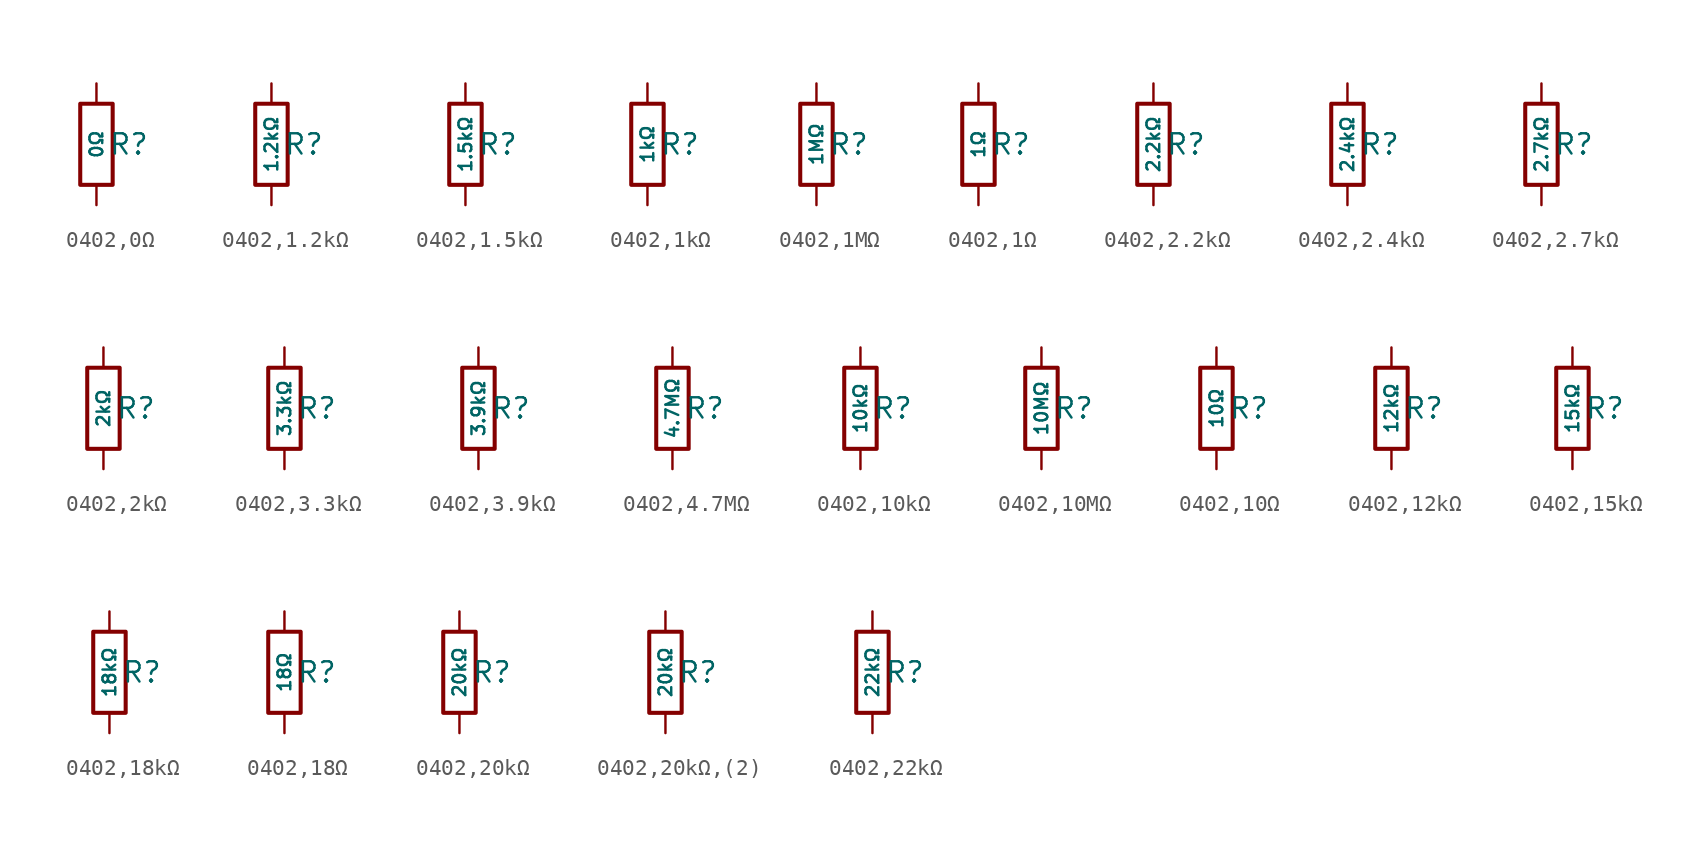
<source format=kicad_sym>
(kicad_symbol_lib
  (version 20231120)
  (generator "CDFER")
  (generator_version "8.0")
  (symbol "0402,0Ω"
    (pin_numbers hide)
    (pin_names
      (offset 0))
    (property "Reference" "R"
      (at 2.032 0 0)
      (effects (font (size 1.27 1.27)) (hide no)))
    (property "Value" "0Ω"
      (at 0 0 90)
      (do_not_autoplace)
      (effects (font (size 0.8 0.8)) (hide no)))
    (symbol "0402,0Ω_0_1"
      (rectangle (start -1.016 2.54) (end 1.016 -2.54) (stroke (width 0.254) (type default)) (fill (type none))))
    (symbol "0402,0Ω_1_1"
      (pin passive line (at 0 3.81 270) (length 1.27) (name "~" (effects (font (size 1.27 1.27)))) (number "1" (effects (font (size 1.27 1.27)))))
      (pin passive line (at 0 -3.81 90) (length 1.27) (name "~" (effects (font (size 1.27 1.27)))) (number "2" (effects (font (size 1.27 1.27)))))))
  (symbol "0402,1.2kΩ"
    (pin_numbers hide)
    (pin_names
      (offset 0))
    (property "Reference" "R"
      (at 2.032 0 0)
      (effects (font (size 1.27 1.27)) (hide no)))
    (property "Value" "1.2kΩ"
      (at 0 0 90)
      (do_not_autoplace)
      (effects (font (size 0.8 0.8)) (hide no)))
    (symbol "0402,1.2kΩ_0_1"
      (rectangle (start -1.016 2.54) (end 1.016 -2.54) (stroke (width 0.254) (type default)) (fill (type none))))
    (symbol "0402,1.2kΩ_1_1"
      (pin passive line (at 0 3.81 270) (length 1.27) (name "~" (effects (font (size 1.27 1.27)))) (number "1" (effects (font (size 1.27 1.27)))))
      (pin passive line (at 0 -3.81 90) (length 1.27) (name "~" (effects (font (size 1.27 1.27)))) (number "2" (effects (font (size 1.27 1.27)))))))
  (symbol "0402,1.5kΩ"
    (pin_numbers hide)
    (pin_names
      (offset 0))
    (property "Reference" "R"
      (at 2.032 0 0)
      (effects (font (size 1.27 1.27)) (hide no)))
    (property "Value" "1.5kΩ"
      (at 0 0 90)
      (do_not_autoplace)
      (effects (font (size 0.8 0.8)) (hide no)))
    (symbol "0402,1.5kΩ_0_1"
      (rectangle (start -1.016 2.54) (end 1.016 -2.54) (stroke (width 0.254) (type default)) (fill (type none))))
    (symbol "0402,1.5kΩ_1_1"
      (pin passive line (at 0 3.81 270) (length 1.27) (name "~" (effects (font (size 1.27 1.27)))) (number "1" (effects (font (size 1.27 1.27)))))
      (pin passive line (at 0 -3.81 90) (length 1.27) (name "~" (effects (font (size 1.27 1.27)))) (number "2" (effects (font (size 1.27 1.27)))))))
  (symbol "0402,1kΩ"
    (pin_numbers hide)
    (pin_names
      (offset 0))
    (property "Reference" "R"
      (at 2.032 0 0)
      (effects (font (size 1.27 1.27)) (hide no)))
    (property "Value" "1kΩ"
      (at 0 0 90)
      (do_not_autoplace)
      (effects (font (size 0.8 0.8)) (hide no)))
    (symbol "0402,1kΩ_0_1"
      (rectangle (start -1.016 2.54) (end 1.016 -2.54) (stroke (width 0.254) (type default)) (fill (type none))))
    (symbol "0402,1kΩ_1_1"
      (pin passive line (at 0 3.81 270) (length 1.27) (name "~" (effects (font (size 1.27 1.27)))) (number "1" (effects (font (size 1.27 1.27)))))
      (pin passive line (at 0 -3.81 90) (length 1.27) (name "~" (effects (font (size 1.27 1.27)))) (number "2" (effects (font (size 1.27 1.27)))))))
  (symbol "0402,1MΩ"
    (pin_numbers hide)
    (pin_names
      (offset 0))
    (property "Reference" "R"
      (at 2.032 0 0)
      (effects (font (size 1.27 1.27)) (hide no)))
    (property "Value" "1MΩ"
      (at 0 0 90)
      (do_not_autoplace)
      (effects (font (size 0.8 0.8)) (hide no)))
    (symbol "0402,1MΩ_0_1"
      (rectangle (start -1.016 2.54) (end 1.016 -2.54) (stroke (width 0.254) (type default)) (fill (type none))))
    (symbol "0402,1MΩ_1_1"
      (pin passive line (at 0 3.81 270) (length 1.27) (name "~" (effects (font (size 1.27 1.27)))) (number "1" (effects (font (size 1.27 1.27)))))
      (pin passive line (at 0 -3.81 90) (length 1.27) (name "~" (effects (font (size 1.27 1.27)))) (number "2" (effects (font (size 1.27 1.27)))))))
  (symbol "0402,1Ω"
    (pin_numbers hide)
    (pin_names
      (offset 0))
    (property "Reference" "R"
      (at 2.032 0 0)
      (effects (font (size 1.27 1.27)) (hide no)))
    (property "Value" "1Ω"
      (at 0 0 90)
      (do_not_autoplace)
      (effects (font (size 0.8 0.8)) (hide no)))
    (symbol "0402,1Ω_0_1"
      (rectangle (start -1.016 2.54) (end 1.016 -2.54) (stroke (width 0.254) (type default)) (fill (type none))))
    (symbol "0402,1Ω_1_1"
      (pin passive line (at 0 3.81 270) (length 1.27) (name "~" (effects (font (size 1.27 1.27)))) (number "1" (effects (font (size 1.27 1.27)))))
      (pin passive line (at 0 -3.81 90) (length 1.27) (name "~" (effects (font (size 1.27 1.27)))) (number "2" (effects (font (size 1.27 1.27)))))))
  (symbol "0402,2.2kΩ"
    (pin_numbers hide)
    (pin_names
      (offset 0))
    (property "Reference" "R"
      (at 2.032 0 0)
      (effects (font (size 1.27 1.27)) (hide no)))
    (property "Value" "2.2kΩ"
      (at 0 0 90)
      (do_not_autoplace)
      (effects (font (size 0.8 0.8)) (hide no)))
    (symbol "0402,2.2kΩ_0_1"
      (rectangle (start -1.016 2.54) (end 1.016 -2.54) (stroke (width 0.254) (type default)) (fill (type none))))
    (symbol "0402,2.2kΩ_1_1"
      (pin passive line (at 0 3.81 270) (length 1.27) (name "~" (effects (font (size 1.27 1.27)))) (number "1" (effects (font (size 1.27 1.27)))))
      (pin passive line (at 0 -3.81 90) (length 1.27) (name "~" (effects (font (size 1.27 1.27)))) (number "2" (effects (font (size 1.27 1.27)))))))
  (symbol "0402,2.4kΩ"
    (pin_numbers hide)
    (pin_names
      (offset 0))
    (property "Reference" "R"
      (at 2.032 0 0)
      (effects (font (size 1.27 1.27)) (hide no)))
    (property "Value" "2.4kΩ"
      (at 0 0 90)
      (do_not_autoplace)
      (effects (font (size 0.8 0.8)) (hide no)))
    (symbol "0402,2.4kΩ_0_1"
      (rectangle (start -1.016 2.54) (end 1.016 -2.54) (stroke (width 0.254) (type default)) (fill (type none))))
    (symbol "0402,2.4kΩ_1_1"
      (pin passive line (at 0 3.81 270) (length 1.27) (name "~" (effects (font (size 1.27 1.27)))) (number "1" (effects (font (size 1.27 1.27)))))
      (pin passive line (at 0 -3.81 90) (length 1.27) (name "~" (effects (font (size 1.27 1.27)))) (number "2" (effects (font (size 1.27 1.27)))))))
  (symbol "0402,2.7kΩ"
    (pin_numbers hide)
    (pin_names
      (offset 0))
    (property "Reference" "R"
      (at 2.032 0 0)
      (effects (font (size 1.27 1.27)) (hide no)))
    (property "Value" "2.7kΩ"
      (at 0 0 90)
      (do_not_autoplace)
      (effects (font (size 0.8 0.8)) (hide no)))
    (symbol "0402,2.7kΩ_0_1"
      (rectangle (start -1.016 2.54) (end 1.016 -2.54) (stroke (width 0.254) (type default)) (fill (type none))))
    (symbol "0402,2.7kΩ_1_1"
      (pin passive line (at 0 3.81 270) (length 1.27) (name "~" (effects (font (size 1.27 1.27)))) (number "1" (effects (font (size 1.27 1.27)))))
      (pin passive line (at 0 -3.81 90) (length 1.27) (name "~" (effects (font (size 1.27 1.27)))) (number "2" (effects (font (size 1.27 1.27)))))))
  (symbol "0402,2kΩ"
    (pin_numbers hide)
    (pin_names
      (offset 0))
    (property "Reference" "R"
      (at 2.032 0 0)
      (effects (font (size 1.27 1.27)) (hide no)))
    (property "Value" "2kΩ"
      (at 0 0 90)
      (do_not_autoplace)
      (effects (font (size 0.8 0.8)) (hide no)))
    (symbol "0402,2kΩ_0_1"
      (rectangle (start -1.016 2.54) (end 1.016 -2.54) (stroke (width 0.254) (type default)) (fill (type none))))
    (symbol "0402,2kΩ_1_1"
      (pin passive line (at 0 3.81 270) (length 1.27) (name "~" (effects (font (size 1.27 1.27)))) (number "1" (effects (font (size 1.27 1.27)))))
      (pin passive line (at 0 -3.81 90) (length 1.27) (name "~" (effects (font (size 1.27 1.27)))) (number "2" (effects (font (size 1.27 1.27)))))))
  (symbol "0402,3.3kΩ"
    (pin_numbers hide)
    (pin_names
      (offset 0))
    (property "Reference" "R"
      (at 2.032 0 0)
      (effects (font (size 1.27 1.27)) (hide no)))
    (property "Value" "3.3kΩ"
      (at 0 0 90)
      (do_not_autoplace)
      (effects (font (size 0.8 0.8)) (hide no)))
    (symbol "0402,3.3kΩ_0_1"
      (rectangle (start -1.016 2.54) (end 1.016 -2.54) (stroke (width 0.254) (type default)) (fill (type none))))
    (symbol "0402,3.3kΩ_1_1"
      (pin passive line (at 0 3.81 270) (length 1.27) (name "~" (effects (font (size 1.27 1.27)))) (number "1" (effects (font (size 1.27 1.27)))))
      (pin passive line (at 0 -3.81 90) (length 1.27) (name "~" (effects (font (size 1.27 1.27)))) (number "2" (effects (font (size 1.27 1.27)))))))
  (symbol "0402,3.9kΩ"
    (pin_numbers hide)
    (pin_names
      (offset 0))
    (property "Reference" "R"
      (at 2.032 0 0)
      (effects (font (size 1.27 1.27)) (hide no)))
    (property "Value" "3.9kΩ"
      (at 0 0 90)
      (do_not_autoplace)
      (effects (font (size 0.8 0.8)) (hide no)))
    (symbol "0402,3.9kΩ_0_1"
      (rectangle (start -1.016 2.54) (end 1.016 -2.54) (stroke (width 0.254) (type default)) (fill (type none))))
    (symbol "0402,3.9kΩ_1_1"
      (pin passive line (at 0 3.81 270) (length 1.27) (name "~" (effects (font (size 1.27 1.27)))) (number "1" (effects (font (size 1.27 1.27)))))
      (pin passive line (at 0 -3.81 90) (length 1.27) (name "~" (effects (font (size 1.27 1.27)))) (number "2" (effects (font (size 1.27 1.27)))))))
  (symbol "0402,4.7MΩ"
    (pin_numbers hide)
    (pin_names
      (offset 0))
    (property "Reference" "R"
      (at 2.032 0 0)
      (effects (font (size 1.27 1.27)) (hide no)))
    (property "Value" "4.7MΩ"
      (at 0 0 90)
      (do_not_autoplace)
      (effects (font (size 0.8 0.8)) (hide no)))
    (symbol "0402,4.7MΩ_0_1"
      (rectangle (start -1.016 2.54) (end 1.016 -2.54) (stroke (width 0.254) (type default)) (fill (type none))))
    (symbol "0402,4.7MΩ_1_1"
      (pin passive line (at 0 3.81 270) (length 1.27) (name "~" (effects (font (size 1.27 1.27)))) (number "1" (effects (font (size 1.27 1.27)))))
      (pin passive line (at 0 -3.81 90) (length 1.27) (name "~" (effects (font (size 1.27 1.27)))) (number "2" (effects (font (size 1.27 1.27)))))))
  (symbol "0402,10kΩ"
    (pin_numbers hide)
    (pin_names
      (offset 0))
    (property "Reference" "R"
      (at 2.032 0 0)
      (effects (font (size 1.27 1.27)) (hide no)))
    (property "Value" "10kΩ"
      (at 0 0 90)
      (do_not_autoplace)
      (effects (font (size 0.8 0.8)) (hide no)))
    (symbol "0402,10kΩ_0_1"
      (rectangle (start -1.016 2.54) (end 1.016 -2.54) (stroke (width 0.254) (type default)) (fill (type none))))
    (symbol "0402,10kΩ_1_1"
      (pin passive line (at 0 3.81 270) (length 1.27) (name "~" (effects (font (size 1.27 1.27)))) (number "1" (effects (font (size 1.27 1.27)))))
      (pin passive line (at 0 -3.81 90) (length 1.27) (name "~" (effects (font (size 1.27 1.27)))) (number "2" (effects (font (size 1.27 1.27)))))))
  (symbol "0402,10MΩ"
    (pin_numbers hide)
    (pin_names
      (offset 0))
    (property "Reference" "R"
      (at 2.032 0 0)
      (effects (font (size 1.27 1.27)) (hide no)))
    (property "Value" "10MΩ"
      (at 0 0 90)
      (do_not_autoplace)
      (effects (font (size 0.8 0.8)) (hide no)))
    (symbol "0402,10MΩ_0_1"
      (rectangle (start -1.016 2.54) (end 1.016 -2.54) (stroke (width 0.254) (type default)) (fill (type none))))
    (symbol "0402,10MΩ_1_1"
      (pin passive line (at 0 3.81 270) (length 1.27) (name "~" (effects (font (size 1.27 1.27)))) (number "1" (effects (font (size 1.27 1.27)))))
      (pin passive line (at 0 -3.81 90) (length 1.27) (name "~" (effects (font (size 1.27 1.27)))) (number "2" (effects (font (size 1.27 1.27)))))))
  (symbol "0402,10Ω"
    (pin_numbers hide)
    (pin_names
      (offset 0))
    (property "Reference" "R"
      (at 2.032 0 0)
      (effects (font (size 1.27 1.27)) (hide no)))
    (property "Value" "10Ω"
      (at 0 0 90)
      (do_not_autoplace)
      (effects (font (size 0.8 0.8)) (hide no)))
    (symbol "0402,10Ω_0_1"
      (rectangle (start -1.016 2.54) (end 1.016 -2.54) (stroke (width 0.254) (type default)) (fill (type none))))
    (symbol "0402,10Ω_1_1"
      (pin passive line (at 0 3.81 270) (length 1.27) (name "~" (effects (font (size 1.27 1.27)))) (number "1" (effects (font (size 1.27 1.27)))))
      (pin passive line (at 0 -3.81 90) (length 1.27) (name "~" (effects (font (size 1.27 1.27)))) (number "2" (effects (font (size 1.27 1.27)))))))
  (symbol "0402,12kΩ"
    (pin_numbers hide)
    (pin_names
      (offset 0))
    (property "Reference" "R"
      (at 2.032 0 0)
      (effects (font (size 1.27 1.27)) (hide no)))
    (property "Value" "12kΩ"
      (at 0 0 90)
      (do_not_autoplace)
      (effects (font (size 0.8 0.8)) (hide no)))
    (symbol "0402,12kΩ_0_1"
      (rectangle (start -1.016 2.54) (end 1.016 -2.54) (stroke (width 0.254) (type default)) (fill (type none))))
    (symbol "0402,12kΩ_1_1"
      (pin passive line (at 0 3.81 270) (length 1.27) (name "~" (effects (font (size 1.27 1.27)))) (number "1" (effects (font (size 1.27 1.27)))))
      (pin passive line (at 0 -3.81 90) (length 1.27) (name "~" (effects (font (size 1.27 1.27)))) (number "2" (effects (font (size 1.27 1.27)))))))
  (symbol "0402,15kΩ"
    (pin_numbers hide)
    (pin_names
      (offset 0))
    (property "Reference" "R"
      (at 2.032 0 0)
      (effects (font (size 1.27 1.27)) (hide no)))
    (property "Value" "15kΩ"
      (at 0 0 90)
      (do_not_autoplace)
      (effects (font (size 0.8 0.8)) (hide no)))
    (symbol "0402,15kΩ_0_1"
      (rectangle (start -1.016 2.54) (end 1.016 -2.54) (stroke (width 0.254) (type default)) (fill (type none))))
    (symbol "0402,15kΩ_1_1"
      (pin passive line (at 0 3.81 270) (length 1.27) (name "~" (effects (font (size 1.27 1.27)))) (number "1" (effects (font (size 1.27 1.27)))))
      (pin passive line (at 0 -3.81 90) (length 1.27) (name "~" (effects (font (size 1.27 1.27)))) (number "2" (effects (font (size 1.27 1.27)))))))
  (symbol "0402,18kΩ"
    (pin_numbers hide)
    (pin_names
      (offset 0))
    (property "Reference" "R"
      (at 2.032 0 0)
      (effects (font (size 1.27 1.27)) (hide no)))
    (property "Value" "18kΩ"
      (at 0 0 90)
      (do_not_autoplace)
      (effects (font (size 0.8 0.8)) (hide no)))
    (symbol "0402,18kΩ_0_1"
      (rectangle (start -1.016 2.54) (end 1.016 -2.54) (stroke (width 0.254) (type default)) (fill (type none))))
    (symbol "0402,18kΩ_1_1"
      (pin passive line (at 0 3.81 270) (length 1.27) (name "~" (effects (font (size 1.27 1.27)))) (number "1" (effects (font (size 1.27 1.27)))))
      (pin passive line (at 0 -3.81 90) (length 1.27) (name "~" (effects (font (size 1.27 1.27)))) (number "2" (effects (font (size 1.27 1.27)))))))
  (symbol "0402,18Ω"
    (pin_numbers hide)
    (pin_names
      (offset 0))
    (property "Reference" "R"
      (at 2.032 0 0)
      (effects (font (size 1.27 1.27)) (hide no)))
    (property "Value" "18Ω"
      (at 0 0 90)
      (do_not_autoplace)
      (effects (font (size 0.8 0.8)) (hide no)))
    (symbol "0402,18Ω_0_1"
      (rectangle (start -1.016 2.54) (end 1.016 -2.54) (stroke (width 0.254) (type default)) (fill (type none))))
    (symbol "0402,18Ω_1_1"
      (pin passive line (at 0 3.81 270) (length 1.27) (name "~" (effects (font (size 1.27 1.27)))) (number "1" (effects (font (size 1.27 1.27)))))
      (pin passive line (at 0 -3.81 90) (length 1.27) (name "~" (effects (font (size 1.27 1.27)))) (number "2" (effects (font (size 1.27 1.27)))))))
  (symbol "0402,20kΩ"
    (pin_numbers hide)
    (pin_names
      (offset 0))
    (property "Reference" "R"
      (at 2.032 0 0)
      (effects (font (size 1.27 1.27)) (hide no)))
    (property "Value" "20kΩ"
      (at 0 0 90)
      (do_not_autoplace)
      (effects (font (size 0.8 0.8)) (hide no)))
    (symbol "0402,20kΩ_0_1"
      (rectangle (start -1.016 2.54) (end 1.016 -2.54) (stroke (width 0.254) (type default)) (fill (type none))))
    (symbol "0402,20kΩ_1_1"
      (pin passive line (at 0 3.81 270) (length 1.27) (name "~" (effects (font (size 1.27 1.27)))) (number "1" (effects (font (size 1.27 1.27)))))
      (pin passive line (at 0 -3.81 90) (length 1.27) (name "~" (effects (font (size 1.27 1.27)))) (number "2" (effects (font (size 1.27 1.27)))))))
  (symbol "0402,20kΩ,(2)"
    (pin_numbers hide)
    (pin_names
      (offset 0))
    (property "Reference" "R"
      (at 2.032 0 0)
      (effects (font (size 1.27 1.27)) (hide no)))
    (property "Value" "20kΩ"
      (at 0 0 90)
      (do_not_autoplace)
      (effects (font (size 0.8 0.8)) (hide no)))
    (symbol "0402,20kΩ,(2)_0_1"
      (rectangle (start -1.016 2.54) (end 1.016 -2.54) (stroke (width 0.254) (type default)) (fill (type none))))
    (symbol "0402,20kΩ,(2)_1_1"
      (pin passive line (at 0 3.81 270) (length 1.27) (name "~" (effects (font (size 1.27 1.27)))) (number "1" (effects (font (size 1.27 1.27)))))
      (pin passive line (at 0 -3.81 90) (length 1.27) (name "~" (effects (font (size 1.27 1.27)))) (number "2" (effects (font (size 1.27 1.27)))))))
  (symbol "0402,22kΩ"
    (pin_numbers hide)
    (pin_names
      (offset 0))
    (property "Reference" "R"
      (at 2.032 0 0)
      (effects (font (size 1.27 1.27)) (hide no)))
    (property "Value" "22kΩ"
      (at 0 0 90)
      (do_not_autoplace)
      (effects (font (size 0.8 0.8)) (hide no)))
    (symbol "0402,22kΩ_0_1"
      (rectangle (start -1.016 2.54) (end 1.016 -2.54) (stroke (width 0.254) (type default)) (fill (type none))))
    (symbol "0402,22kΩ_1_1"
      (pin passive line (at 0 3.81 270) (length 1.27) (name "~" (effects (font (size 1.27 1.27)))) (number "1" (effects (font (size 1.27 1.27)))))
      (pin passive line (at 0 -3.81 90) (length 1.27) (name "~" (effects (font (size 1.27 1.27)))) (number "2" (effects (font (size 1.27 1.27))))))))
</source>
